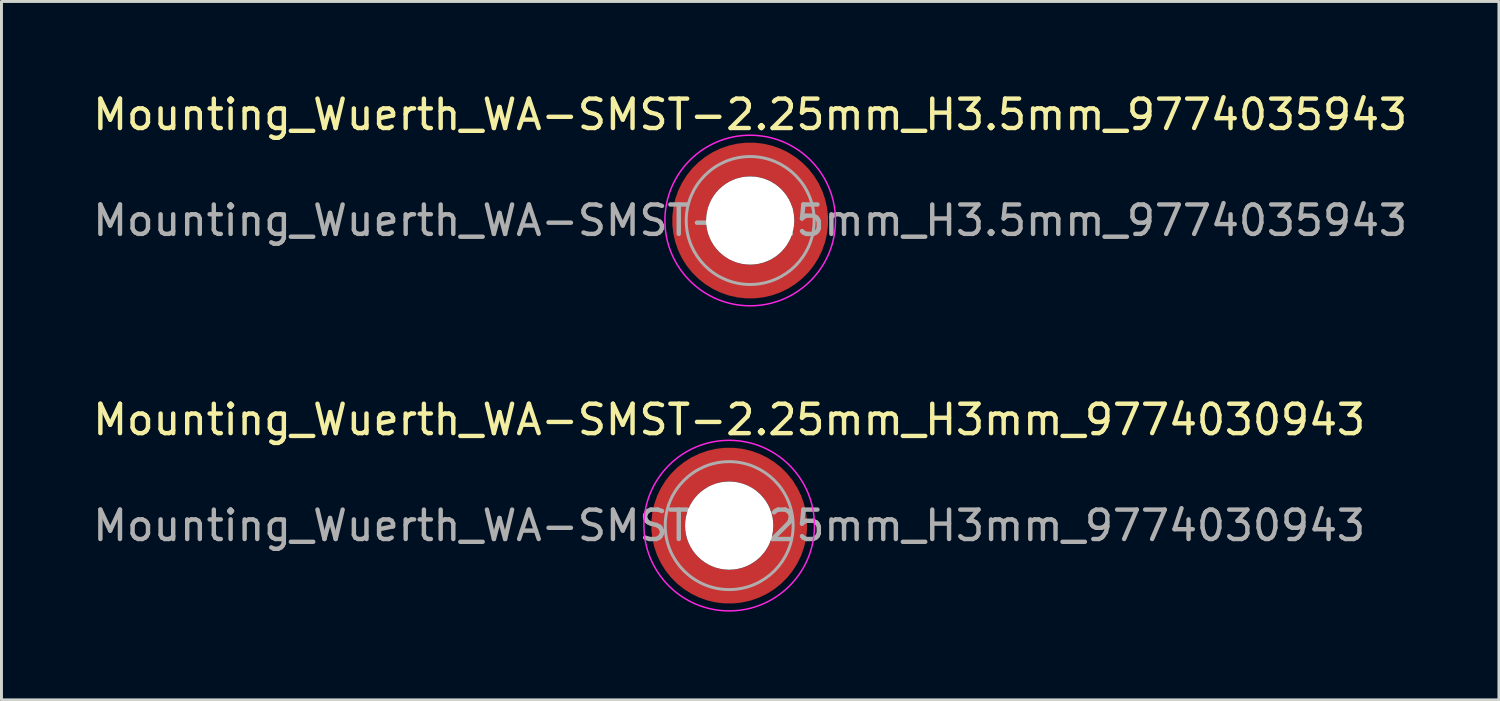
<source format=kicad_pcb>
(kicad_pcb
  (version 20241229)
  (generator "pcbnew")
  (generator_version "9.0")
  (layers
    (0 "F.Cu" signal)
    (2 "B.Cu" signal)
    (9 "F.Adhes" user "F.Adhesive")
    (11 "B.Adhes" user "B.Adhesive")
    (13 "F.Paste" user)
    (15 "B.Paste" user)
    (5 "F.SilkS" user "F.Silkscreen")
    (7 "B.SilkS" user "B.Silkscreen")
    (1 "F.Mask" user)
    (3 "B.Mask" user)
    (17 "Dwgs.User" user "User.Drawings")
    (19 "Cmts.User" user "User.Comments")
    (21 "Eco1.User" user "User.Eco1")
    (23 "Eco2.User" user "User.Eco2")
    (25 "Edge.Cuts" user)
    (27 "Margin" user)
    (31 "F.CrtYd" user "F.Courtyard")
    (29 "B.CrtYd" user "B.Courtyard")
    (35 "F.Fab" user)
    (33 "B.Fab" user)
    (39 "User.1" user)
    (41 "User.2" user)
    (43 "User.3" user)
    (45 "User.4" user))
  (footprint "Mounting_Wuerth_WA-SMST-2.25mm_H3mm_9774030943"
    (layer "F.Cu")
    (at 21.744 14.822)
    (property "Reference" "Mounting_Wuerth_WA-SMST-2.25mm_H3mm_9774030943" (at 0 -3.6 0) (layer "F.SilkS") (effects (font (size 1 1) (thickness 0.15))))
    (attr smd)
    (fp_circle (center 0 0) (end 2.9 0) (stroke (width 0.05) (type solid)) (fill no) (layer "F.CrtYd"))
    (fp_circle (center 0 0) (end 2.175 0) (stroke (width 0.1) (type solid)) (fill no) (layer "F.Fab"))
    (fp_text user "${REFERENCE}" (at 0 0 0) (layer "F.Fab") (effects (font (size 1 1) (thickness 0.15))))
    (pad "" smd custom (at -1.453 -1.453) (size 0.61 0.61) (layers "F.Paste") (options (anchor circle)) (primitives (gr_arc (start -0.147677 1.053104) (mid 0.286378 0.286378) (end 1.053104 -0.147677) (width 0.2)) (gr_arc (start -0.240295 1.053104) (mid 0.222738 0.222738) (end 1.053104 -0.240295) (width 0.2)) (gr_arc (start -0.332645 1.053104) (mid 0.159099 0.159099) (end 1.053104 -0.332645) (width 0.2)) (gr_arc (start -0.424767 1.053104) (mid 0.095459 0.095459) (end 1.053104 -0.424767) (width 0.2)) (gr_arc (start -0.516693 1.053104) (mid 0.031819 0.031819) (end 1.053104 -0.516693) (width 0.2)) (gr_arc (start -0.608448 1.053104) (mid -0.03182 -0.03182) (end 1.053104 -0.608448) (width 0.2)) (gr_arc (start -0.700056 1.053104) (mid -0.09546 -0.09546) (end 1.053104 -0.700056) (width 0.2)) (gr_arc (start -0.791534 1.053104) (mid -0.159099 -0.159099) (end 1.053104 -0.791534) (width 0.2)) (gr_arc (start -0.882896 1.053104) (mid -0.222738 -0.222738) (end 1.053104 -0.882896) (width 0.2)) (gr_arc (start -0.974157 1.053104) (mid -0.286378 -0.286378) (end 1.053104 -0.974157) (width 0.2)) (gr_line (start 1.053 -0.148) (end 1.053 -0.974) (width 0.2)) (gr_line (start -0.148 1.053) (end -0.974 1.053) (width 0.2))))
    (pad "" smd custom (at -1.453 1.453) (size 0.61 0.61) (layers "F.Paste") (options (anchor circle)) (primitives (gr_arc (start 1.053104 0.147677) (mid 0.286378 -0.286378) (end -0.147677 -1.053104) (width 0.2)) (gr_arc (start 1.053104 0.240295) (mid 0.222738 -0.222738) (end -0.240295 -1.053104) (width 0.2)) (gr_arc (start 1.053104 0.332645) (mid 0.159099 -0.159099) (end -0.332645 -1.053104) (width 0.2)) (gr_arc (start 1.053104 0.424767) (mid 0.095459 -0.095459) (end -0.424767 -1.053104) (width 0.2)) (gr_arc (start 1.053104 0.516693) (mid 0.031819 -0.031819) (end -0.516693 -1.053104) (width 0.2)) (gr_arc (start 1.053104 0.608448) (mid -0.03182 0.03182) (end -0.608448 -1.053104) (width 0.2)) (gr_arc (start 1.053104 0.700056) (mid -0.09546 0.09546) (end -0.700056 -1.053104) (width 0.2)) (gr_arc (start 1.053104 0.791534) (mid -0.159099 0.159099) (end -0.791534 -1.053104) (width 0.2)) (gr_arc (start 1.053104 0.882896) (mid -0.222738 0.222738) (end -0.882896 -1.053104) (width 0.2)) (gr_arc (start 1.053104 0.974157) (mid -0.286378 0.286378) (end -0.974157 -1.053104) (width 0.2)) (gr_line (start -0.148 -1.053) (end -0.974 -1.053) (width 0.2)) (gr_line (start 1.053 0.148) (end 1.053 0.974) (width 0.2))))
    (pad "" np_thru_hole circle (at 0 0) (size 3 3) (drill 3) (layers "*.Cu" "*.Mask"))
    (pad "" smd custom (at 1.453 -1.453) (size 0.61 0.61) (layers "F.Paste") (options (anchor circle)) (primitives (gr_arc (start -1.053104 -0.147677) (mid -0.286378 0.286378) (end 0.147677 1.053104) (width 0.2)) (gr_arc (start -1.053104 -0.240295) (mid -0.222738 0.222738) (end 0.240295 1.053104) (width 0.2)) (gr_arc (start -1.053104 -0.332645) (mid -0.159099 0.159099) (end 0.332645 1.053104) (width 0.2)) (gr_arc (start -1.053104 -0.424767) (mid -0.095459 0.095459) (end 0.424767 1.053104) (width 0.2)) (gr_arc (start -1.053104 -0.516693) (mid -0.031819 0.031819) (end 0.516693 1.053104) (width 0.2)) (gr_arc (start -1.053104 -0.608448) (mid 0.03182 -0.03182) (end 0.608448 1.053104) (width 0.2)) (gr_arc (start -1.053104 -0.700056) (mid 0.09546 -0.09546) (end 0.700056 1.053104) (width 0.2)) (gr_arc (start -1.053104 -0.791534) (mid 0.159099 -0.159099) (end 0.791534 1.053104) (width 0.2)) (gr_arc (start -1.053104 -0.882896) (mid 0.222738 -0.222738) (end 0.882896 1.053104) (width 0.2)) (gr_arc (start -1.053104 -0.974157) (mid 0.286378 -0.286378) (end 0.974157 1.053104) (width 0.2)) (gr_line (start 0.148 1.053) (end 0.974 1.053) (width 0.2)) (gr_line (start -1.053 -0.148) (end -1.053 -0.974) (width 0.2))))
    (pad "" smd custom (at 1.453 1.453) (size 0.61 0.61) (layers "F.Paste") (options (anchor circle)) (primitives (gr_arc (start 0.147677 -1.053104) (mid -0.286378 -0.286378) (end -1.053104 0.147677) (width 0.2)) (gr_arc (start 0.240295 -1.053104) (mid -0.222738 -0.222738) (end -1.053104 0.240295) (width 0.2)) (gr_arc (start 0.332645 -1.053104) (mid -0.159099 -0.159099) (end -1.053104 0.332645) (width 0.2)) (gr_arc (start 0.424767 -1.053104) (mid -0.095459 -0.095459) (end -1.053104 0.424767) (width 0.2)) (gr_arc (start 0.516693 -1.053104) (mid -0.031819 -0.031819) (end -1.053104 0.516693) (width 0.2)) (gr_arc (start 0.608448 -1.053104) (mid 0.03182 0.03182) (end -1.053104 0.608448) (width 0.2)) (gr_arc (start 0.700056 -1.053104) (mid 0.09546 0.09546) (end -1.053104 0.700056) (width 0.2)) (gr_arc (start 0.791534 -1.053104) (mid 0.159099 0.159099) (end -1.053104 0.791534) (width 0.2)) (gr_arc (start 0.882896 -1.053104) (mid 0.222738 0.222738) (end -1.053104 0.882896) (width 0.2)) (gr_arc (start 0.974157 -1.053104) (mid 0.286378 0.286378) (end -1.053104 0.974157) (width 0.2)) (gr_line (start -1.053 0.148) (end -1.053 0.974) (width 0.2)) (gr_line (start 0.148 -1.053) (end 0.974 -1.053) (width 0.2))))
    (pad "1" smd circle (at -2.075 0) (size 0.75 0.75) (layers "F.Cu"))
    (pad "1" smd circle (at 0 -2.075) (size 0.75 0.75) (layers "F.Cu"))
    (pad "1" smd circle (at 0 2.075) (size 0.75 0.75) (layers "F.Cu"))
    (pad "1" smd custom (at 2.075 0) (size 0.75 0.75) (layers "F.Cu" "F.Mask") (options (anchor circle)) (primitives (gr_circle (center -2.075 0) (end 0 0) (width 1.15) (fill no)))))
  (footprint "Mounting_Wuerth_WA-SMST-2.25mm_H3.5mm_9774035943"
    (layer "F.Cu")
    (at 22.458 4.448)
    (property "Reference" "Mounting_Wuerth_WA-SMST-2.25mm_H3.5mm_9774035943" (at 0 -3.6 0) (layer "F.SilkS") (effects (font (size 1 1) (thickness 0.15))))
    (attr smd)
    (fp_circle (center 0 0) (end 2.9 0) (stroke (width 0.05) (type solid)) (fill no) (layer "F.CrtYd"))
    (fp_circle (center 0 0) (end 2.175 0) (stroke (width 0.1) (type solid)) (fill no) (layer "F.Fab"))
    (fp_text user "${REFERENCE}" (at 0 0 0) (layer "F.Fab") (effects (font (size 1 1) (thickness 0.15))))
    (pad "" smd custom (at -1.453 -1.453) (size 0.61 0.61) (layers "F.Paste") (options (anchor circle)) (primitives (gr_arc (start -0.147677 1.053104) (mid 0.286378 0.286378) (end 1.053104 -0.147677) (width 0.2)) (gr_arc (start -0.240295 1.053104) (mid 0.222738 0.222738) (end 1.053104 -0.240295) (width 0.2)) (gr_arc (start -0.332645 1.053104) (mid 0.159099 0.159099) (end 1.053104 -0.332645) (width 0.2)) (gr_arc (start -0.424767 1.053104) (mid 0.095459 0.095459) (end 1.053104 -0.424767) (width 0.2)) (gr_arc (start -0.516693 1.053104) (mid 0.031819 0.031819) (end 1.053104 -0.516693) (width 0.2)) (gr_arc (start -0.608448 1.053104) (mid -0.03182 -0.03182) (end 1.053104 -0.608448) (width 0.2)) (gr_arc (start -0.700056 1.053104) (mid -0.09546 -0.09546) (end 1.053104 -0.700056) (width 0.2)) (gr_arc (start -0.791534 1.053104) (mid -0.159099 -0.159099) (end 1.053104 -0.791534) (width 0.2)) (gr_arc (start -0.882896 1.053104) (mid -0.222738 -0.222738) (end 1.053104 -0.882896) (width 0.2)) (gr_arc (start -0.974157 1.053104) (mid -0.286378 -0.286378) (end 1.053104 -0.974157) (width 0.2)) (gr_line (start 1.053 -0.148) (end 1.053 -0.974) (width 0.2)) (gr_line (start -0.148 1.053) (end -0.974 1.053) (width 0.2))))
    (pad "" smd custom (at -1.453 1.453) (size 0.61 0.61) (layers "F.Paste") (options (anchor circle)) (primitives (gr_arc (start 1.053104 0.147677) (mid 0.286378 -0.286378) (end -0.147677 -1.053104) (width 0.2)) (gr_arc (start 1.053104 0.240295) (mid 0.222738 -0.222738) (end -0.240295 -1.053104) (width 0.2)) (gr_arc (start 1.053104 0.332645) (mid 0.159099 -0.159099) (end -0.332645 -1.053104) (width 0.2)) (gr_arc (start 1.053104 0.424767) (mid 0.095459 -0.095459) (end -0.424767 -1.053104) (width 0.2)) (gr_arc (start 1.053104 0.516693) (mid 0.031819 -0.031819) (end -0.516693 -1.053104) (width 0.2)) (gr_arc (start 1.053104 0.608448) (mid -0.03182 0.03182) (end -0.608448 -1.053104) (width 0.2)) (gr_arc (start 1.053104 0.700056) (mid -0.09546 0.09546) (end -0.700056 -1.053104) (width 0.2)) (gr_arc (start 1.053104 0.791534) (mid -0.159099 0.159099) (end -0.791534 -1.053104) (width 0.2)) (gr_arc (start 1.053104 0.882896) (mid -0.222738 0.222738) (end -0.882896 -1.053104) (width 0.2)) (gr_arc (start 1.053104 0.974157) (mid -0.286378 0.286378) (end -0.974157 -1.053104) (width 0.2)) (gr_line (start -0.148 -1.053) (end -0.974 -1.053) (width 0.2)) (gr_line (start 1.053 0.148) (end 1.053 0.974) (width 0.2))))
    (pad "" np_thru_hole circle (at 0 0) (size 3 3) (drill 3) (layers "*.Cu" "*.Mask"))
    (pad "" smd custom (at 1.453 -1.453) (size 0.61 0.61) (layers "F.Paste") (options (anchor circle)) (primitives (gr_arc (start -1.053104 -0.147677) (mid -0.286378 0.286378) (end 0.147677 1.053104) (width 0.2)) (gr_arc (start -1.053104 -0.240295) (mid -0.222738 0.222738) (end 0.240295 1.053104) (width 0.2)) (gr_arc (start -1.053104 -0.332645) (mid -0.159099 0.159099) (end 0.332645 1.053104) (width 0.2)) (gr_arc (start -1.053104 -0.424767) (mid -0.095459 0.095459) (end 0.424767 1.053104) (width 0.2)) (gr_arc (start -1.053104 -0.516693) (mid -0.031819 0.031819) (end 0.516693 1.053104) (width 0.2)) (gr_arc (start -1.053104 -0.608448) (mid 0.03182 -0.03182) (end 0.608448 1.053104) (width 0.2)) (gr_arc (start -1.053104 -0.700056) (mid 0.09546 -0.09546) (end 0.700056 1.053104) (width 0.2)) (gr_arc (start -1.053104 -0.791534) (mid 0.159099 -0.159099) (end 0.791534 1.053104) (width 0.2)) (gr_arc (start -1.053104 -0.882896) (mid 0.222738 -0.222738) (end 0.882896 1.053104) (width 0.2)) (gr_arc (start -1.053104 -0.974157) (mid 0.286378 -0.286378) (end 0.974157 1.053104) (width 0.2)) (gr_line (start 0.148 1.053) (end 0.974 1.053) (width 0.2)) (gr_line (start -1.053 -0.148) (end -1.053 -0.974) (width 0.2))))
    (pad "" smd custom (at 1.453 1.453) (size 0.61 0.61) (layers "F.Paste") (options (anchor circle)) (primitives (gr_arc (start 0.147677 -1.053104) (mid -0.286378 -0.286378) (end -1.053104 0.147677) (width 0.2)) (gr_arc (start 0.240295 -1.053104) (mid -0.222738 -0.222738) (end -1.053104 0.240295) (width 0.2)) (gr_arc (start 0.332645 -1.053104) (mid -0.159099 -0.159099) (end -1.053104 0.332645) (width 0.2)) (gr_arc (start 0.424767 -1.053104) (mid -0.095459 -0.095459) (end -1.053104 0.424767) (width 0.2)) (gr_arc (start 0.516693 -1.053104) (mid -0.031819 -0.031819) (end -1.053104 0.516693) (width 0.2)) (gr_arc (start 0.608448 -1.053104) (mid 0.03182 0.03182) (end -1.053104 0.608448) (width 0.2)) (gr_arc (start 0.700056 -1.053104) (mid 0.09546 0.09546) (end -1.053104 0.700056) (width 0.2)) (gr_arc (start 0.791534 -1.053104) (mid 0.159099 0.159099) (end -1.053104 0.791534) (width 0.2)) (gr_arc (start 0.882896 -1.053104) (mid 0.222738 0.222738) (end -1.053104 0.882896) (width 0.2)) (gr_arc (start 0.974157 -1.053104) (mid 0.286378 0.286378) (end -1.053104 0.974157) (width 0.2)) (gr_line (start -1.053 0.148) (end -1.053 0.974) (width 0.2)) (gr_line (start 0.148 -1.053) (end 0.974 -1.053) (width 0.2))))
    (pad "1" smd circle (at -2.075 0) (size 0.75 0.75) (layers "F.Cu"))
    (pad "1" smd circle (at 0 -2.075) (size 0.75 0.75) (layers "F.Cu"))
    (pad "1" smd circle (at 0 2.075) (size 0.75 0.75) (layers "F.Cu"))
    (pad "1" smd custom (at 2.075 0) (size 0.75 0.75) (layers "F.Cu" "F.Mask") (options (anchor circle)) (primitives (gr_circle (center -2.075 0) (end 0 0) (width 1.15) (fill no)))))
  (gr_rect
    (start -3 -3)
    (end 47.917 20.747)
    (stroke (width 0.1) (type default))
    (fill no)
    (layer "Edge.Cuts")))
</source>
